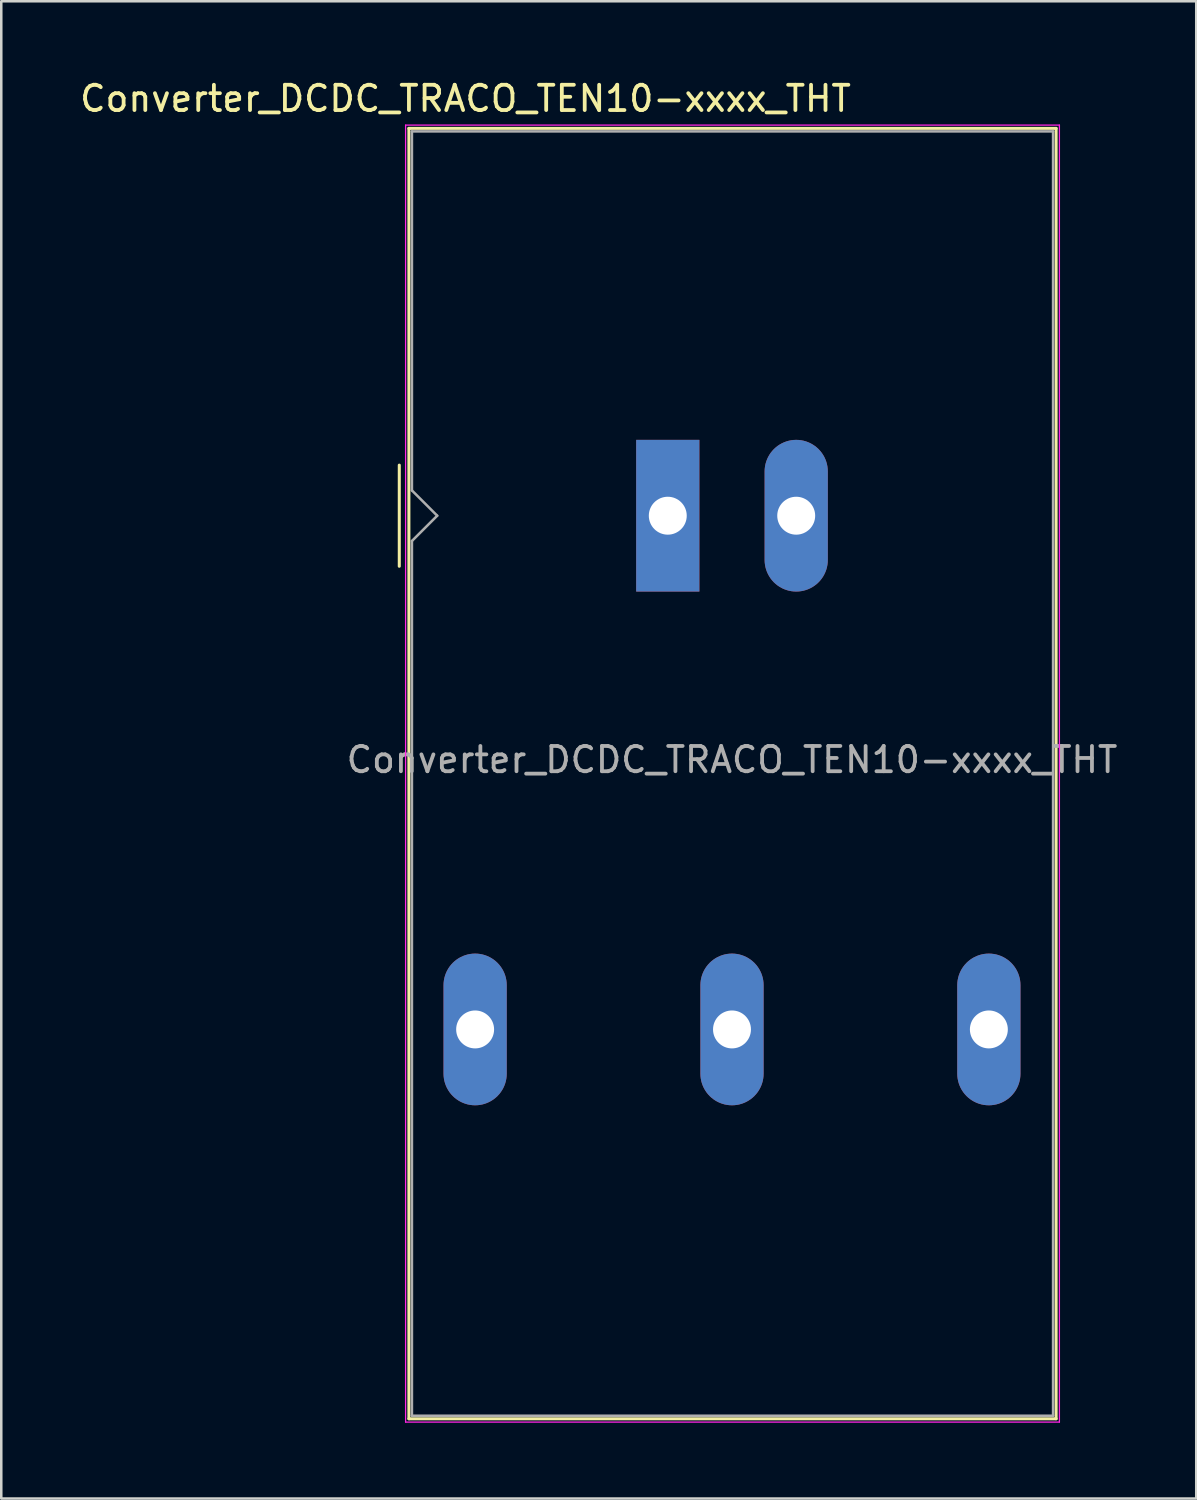
<source format=kicad_pcb>
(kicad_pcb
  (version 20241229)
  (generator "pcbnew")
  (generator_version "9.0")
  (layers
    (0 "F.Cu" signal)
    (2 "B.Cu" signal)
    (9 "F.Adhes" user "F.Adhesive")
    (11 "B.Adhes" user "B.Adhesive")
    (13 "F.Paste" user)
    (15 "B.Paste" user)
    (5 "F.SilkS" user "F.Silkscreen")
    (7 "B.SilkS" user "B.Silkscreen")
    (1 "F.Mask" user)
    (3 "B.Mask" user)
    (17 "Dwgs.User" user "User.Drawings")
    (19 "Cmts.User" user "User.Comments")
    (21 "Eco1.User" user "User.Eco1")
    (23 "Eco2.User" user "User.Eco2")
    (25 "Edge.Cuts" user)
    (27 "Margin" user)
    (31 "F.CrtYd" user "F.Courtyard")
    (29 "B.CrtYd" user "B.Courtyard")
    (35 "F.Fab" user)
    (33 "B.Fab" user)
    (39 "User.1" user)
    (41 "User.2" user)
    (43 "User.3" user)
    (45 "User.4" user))
  (footprint "Converter_DCDC_TRACO_TEN10-xxxx_THT"
    (layer "F.Cu")
    (at 23.363 17.348)
    (property "Reference" "Converter_DCDC_TRACO_TEN10-xxxx_THT" (at -8 -16.5 180) (layer "F.SilkS") (effects (font (size 1 1) (thickness 0.15))))
    (attr through_hole)
    (fp_line (start -10.62 -2) (end -10.62 2) (stroke (width 0.12) (type solid)) (layer "F.SilkS"))
    (fp_line (start -10.24 -15.32) (end 15.36 -15.32) (stroke (width 0.12) (type solid)) (layer "F.SilkS"))
    (fp_line (start -10.24 35.72) (end -10.24 -15.32) (stroke (width 0.12) (type solid)) (layer "F.SilkS"))
    (fp_line (start 15.36 -15.32) (end 15.36 35.72) (stroke (width 0.12) (type solid)) (layer "F.SilkS"))
    (fp_line (start 15.36 35.72) (end -10.24 35.72) (stroke (width 0.12) (type solid)) (layer "F.SilkS"))
    (fp_line (start -10.37 -15.45) (end 15.49 -15.45) (stroke (width 0.05) (type solid)) (layer "F.CrtYd"))
    (fp_line (start -10.37 35.85) (end -10.37 -15.45) (stroke (width 0.05) (type solid)) (layer "F.CrtYd"))
    (fp_line (start -10.37 35.85) (end 15.49 35.85) (stroke (width 0.05) (type solid)) (layer "F.CrtYd"))
    (fp_line (start 15.49 35.85) (end 15.49 -15.45) (stroke (width 0.05) (type solid)) (layer "F.CrtYd"))
    (fp_line (start -10.12 -1) (end -10.12 -15.2) (stroke (width 0.1) (type solid)) (layer "F.Fab"))
    (fp_line (start -10.12 1) (end -10.12 35.6) (stroke (width 0.1) (type solid)) (layer "F.Fab"))
    (fp_line (start -10.12 1) (end -9.12 0) (stroke (width 0.1) (type solid)) (layer "F.Fab"))
    (fp_line (start -10.12 35.6) (end 15.24 35.6) (stroke (width 0.1) (type solid)) (layer "F.Fab"))
    (fp_line (start -9.12 0) (end -10.12 -1) (stroke (width 0.1) (type solid)) (layer "F.Fab"))
    (fp_line (start 15.24 -15.2) (end -10.12 -15.2) (stroke (width 0.1) (type solid)) (layer "F.Fab"))
    (fp_line (start 15.24 35.6) (end 15.24 -15.2) (stroke (width 0.1) (type solid)) (layer "F.Fab"))
    (fp_text user "${REFERENCE}" (at 2.54 9.652 0) (layer "F.Fab") (effects (font (size 1 1) (thickness 0.15))))
    (pad "1" thru_hole rect (at 0 0 90) (size 6 2.5) (drill 1.5) (layers "*.Cu" "*.Mask"))
    (pad "2" thru_hole oval (at 5.08 0 90) (size 6 2.5) (drill 1.5) (layers "*.Cu" "*.Mask"))
    (pad "3" thru_hole oval (at -7.62 20.32 90) (size 6 2.5) (drill 1.5) (layers "*.Cu" "*.Mask"))
    (pad "4" thru_hole oval (at 2.54 20.32 90) (size 6 2.5) (drill 1.5) (layers "*.Cu" "*.Mask"))
    (pad "5" thru_hole oval (at 12.7 20.32 90) (size 6 2.5) (drill 1.5) (layers "*.Cu" "*.Mask")))
  (gr_rect
    (start -3 -3)
    (end 44.266 56.223)
    (stroke (width 0.1) (type default))
    (fill no)
    (layer "Edge.Cuts")))
</source>
